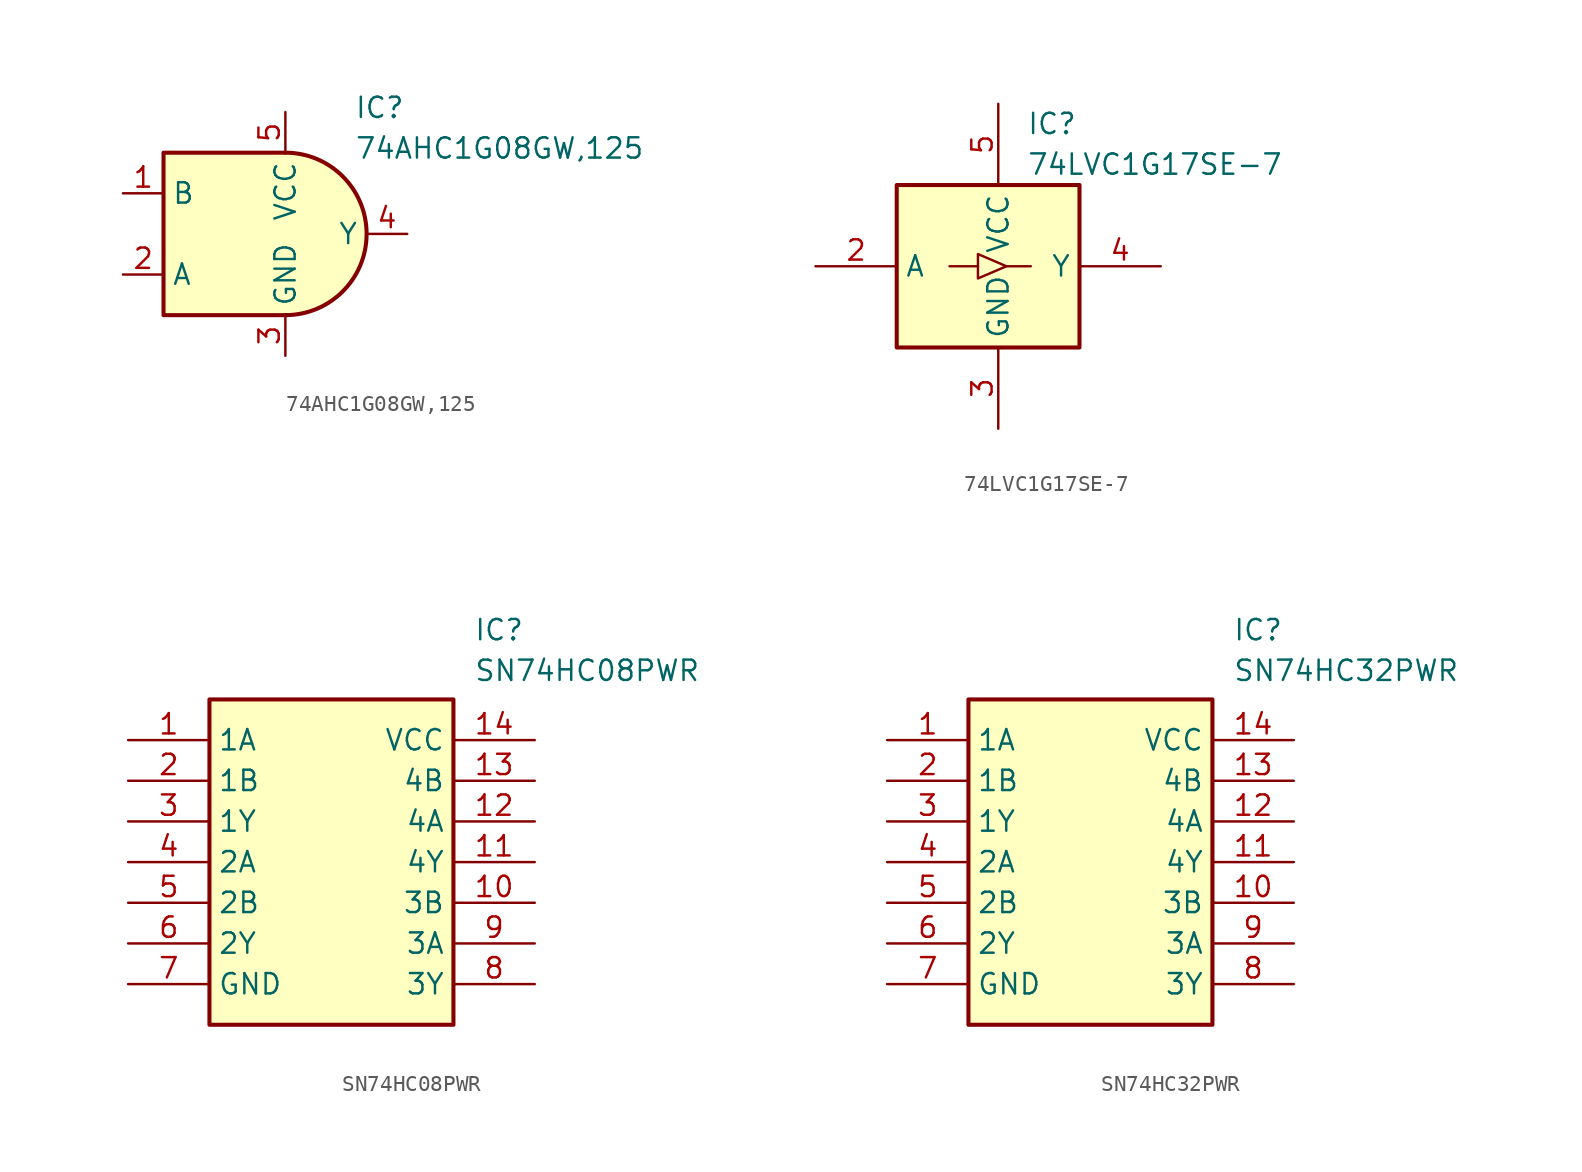
<source format=kicad_sym>
(kicad_symbol_lib
  (version 20241209)
  (generator "kicad_symbol_editor")
  (generator_version "9.0")
  (symbol "74AHC1G08GW,125"
    (property "Reference" "IC"
      (at 4.318 8.636 0)
      (effects (font (size 1.27 1.27)) (justify left top)))
    (property "Value" "74AHC1G08GW,125"
      (at 4.318 6.096 0)
      (effects (font (size 1.27 1.27)) (justify left top)))
    (symbol "74AHC1G08GW,125_0_1"
      (arc (start 0 5.08) (mid 5.0579 0) (end 0 -5.08) (stroke (width 0.254) (type default)) (fill (type background)))
      (polyline (pts (xy 0 -5.08) (xy -7.62 -5.08) (xy -7.62 5.08) (xy 0 5.08)) (stroke (width 0.254) (type default)) (fill (type background))))
    (symbol "74AHC1G08GW,125_1_1"
      (pin input line (at -10.16 2.54 0) (length 2.54) (name "B" (effects (font (size 1.27 1.27)))) (number "1" (effects (font (size 1.27 1.27)))))
      (pin input line (at -10.16 -2.54 0) (length 2.54) (name "A" (effects (font (size 1.27 1.27)))) (number "2" (effects (font (size 1.27 1.27)))))
      (pin power_in line (at 0 7.62 270) (length 2.54) (name "VCC" (effects (font (size 1.27 1.27)))) (number "5" (effects (font (size 1.27 1.27)))))
      (pin power_in line (at 0 -7.62 90) (length 2.54) (name "GND" (effects (font (size 1.27 1.27)))) (number "3" (effects (font (size 1.27 1.27)))))
      (pin output line (at 7.62 0 180) (length 2.54) (name "Y" (effects (font (size 1.27 1.27)))) (number "4" (effects (font (size 1.27 1.27)))))))
  (symbol "74LVC1G17SE-7"
    (property "Reference" "IC"
      (at 1.778 9.652 0)
      (effects (font (size 1.27 1.27)) (justify left top)))
    (property "Value" "74LVC1G17SE-7"
      (at 1.778 7.112 0)
      (effects (font (size 1.27 1.27)) (justify left top)))
    (symbol "74LVC1G17SE-7_0_1"
      (polyline (pts (xy -1.27 0) (xy -3.048 0)) (stroke (width 0) (type default)) (fill (type none)))
      (polyline (pts (xy 0.508 0) (xy 2.032 0)) (stroke (width 0) (type default)) (fill (type none))))
    (symbol "74LVC1G17SE-7_1_1"
      (rectangle (start -6.35 5.08) (end 5.08 -5.08) (stroke (width 0.254) (type default)) (fill (type background)))
      (polyline (pts (xy -1.27 -0.762) (xy -1.27 0.762) (xy 0.508 0) (xy -1.27 -0.762)) (stroke (width 0) (type default)) (fill (type none)))
      (pin no_connect line (at -11.43 3.81 0) (length 5.08) (hide yes) (name "NC" (effects (font (size 1.27 1.27)))) (number "1" (effects (font (size 1.27 1.27)))))
      (pin passive line (at -11.43 0 0) (length 5.08) (name "A" (effects (font (size 1.27 1.27)))) (number "2" (effects (font (size 1.27 1.27)))))
      (pin passive line (at 0 10.16 270) (length 5.08) (name "VCC" (effects (font (size 1.27 1.27)))) (number "5" (effects (font (size 1.27 1.27)))))
      (pin passive line (at 0 -10.16 90) (length 5.08) (name "GND" (effects (font (size 1.27 1.27)))) (number "3" (effects (font (size 1.27 1.27)))))
      (pin passive line (at 10.16 0 180) (length 5.08) (name "Y" (effects (font (size 1.27 1.27)))) (number "4" (effects (font (size 1.27 1.27)))))))
  (symbol "SN74HC08PWR"
    (property "Reference" "IC"
      (at 21.59 7.62 0)
      (effects (font (size 1.27 1.27)) (justify left top)))
    (property "Value" "SN74HC08PWR"
      (at 21.59 5.08 0)
      (effects (font (size 1.27 1.27)) (justify left top)))
    (symbol "SN74HC08PWR_1_1"
      (rectangle (start 5.08 2.54) (end 20.32 -17.78) (stroke (width 0.254) (type default)) (fill (type background)))
      (pin input line (at 0 0 0) (length 5.08) (name "1A" (effects (font (size 1.27 1.27)))) (number "1" (effects (font (size 1.27 1.27)))))
      (pin input line (at 0 -2.54 0) (length 5.08) (name "1B" (effects (font (size 1.27 1.27)))) (number "2" (effects (font (size 1.27 1.27)))))
      (pin output line (at 0 -5.08 0) (length 5.08) (name "1Y" (effects (font (size 1.27 1.27)))) (number "3" (effects (font (size 1.27 1.27)))))
      (pin input line (at 0 -7.62 0) (length 5.08) (name "2A" (effects (font (size 1.27 1.27)))) (number "4" (effects (font (size 1.27 1.27)))))
      (pin input line (at 0 -10.16 0) (length 5.08) (name "2B" (effects (font (size 1.27 1.27)))) (number "5" (effects (font (size 1.27 1.27)))))
      (pin output line (at 0 -12.7 0) (length 5.08) (name "2Y" (effects (font (size 1.27 1.27)))) (number "6" (effects (font (size 1.27 1.27)))))
      (pin power_in line (at 0 -15.24 0) (length 5.08) (name "GND" (effects (font (size 1.27 1.27)))) (number "7" (effects (font (size 1.27 1.27)))))
      (pin power_in line (at 25.4 0 180) (length 5.08) (name "VCC" (effects (font (size 1.27 1.27)))) (number "14" (effects (font (size 1.27 1.27)))))
      (pin input line (at 25.4 -2.54 180) (length 5.08) (name "4B" (effects (font (size 1.27 1.27)))) (number "13" (effects (font (size 1.27 1.27)))))
      (pin input line (at 25.4 -5.08 180) (length 5.08) (name "4A" (effects (font (size 1.27 1.27)))) (number "12" (effects (font (size 1.27 1.27)))))
      (pin output line (at 25.4 -7.62 180) (length 5.08) (name "4Y" (effects (font (size 1.27 1.27)))) (number "11" (effects (font (size 1.27 1.27)))))
      (pin input line (at 25.4 -10.16 180) (length 5.08) (name "3B" (effects (font (size 1.27 1.27)))) (number "10" (effects (font (size 1.27 1.27)))))
      (pin input line (at 25.4 -12.7 180) (length 5.08) (name "3A" (effects (font (size 1.27 1.27)))) (number "9" (effects (font (size 1.27 1.27)))))
      (pin output line (at 25.4 -15.24 180) (length 5.08) (name "3Y" (effects (font (size 1.27 1.27)))) (number "8" (effects (font (size 1.27 1.27)))))))
  (symbol "SN74HC32PWR"
    (property "Reference" "IC"
      (at 21.59 7.62 0)
      (effects (font (size 1.27 1.27)) (justify left top)))
    (property "Value" "SN74HC32PWR"
      (at 21.59 5.08 0)
      (effects (font (size 1.27 1.27)) (justify left top)))
    (symbol "SN74HC32PWR_1_1"
      (rectangle (start 5.08 2.54) (end 20.32 -17.78) (stroke (width 0.254) (type default)) (fill (type background)))
      (pin passive line (at 0 0 0) (length 5.08) (name "1A" (effects (font (size 1.27 1.27)))) (number "1" (effects (font (size 1.27 1.27)))))
      (pin passive line (at 0 -2.54 0) (length 5.08) (name "1B" (effects (font (size 1.27 1.27)))) (number "2" (effects (font (size 1.27 1.27)))))
      (pin passive line (at 0 -5.08 0) (length 5.08) (name "1Y" (effects (font (size 1.27 1.27)))) (number "3" (effects (font (size 1.27 1.27)))))
      (pin passive line (at 0 -7.62 0) (length 5.08) (name "2A" (effects (font (size 1.27 1.27)))) (number "4" (effects (font (size 1.27 1.27)))))
      (pin passive line (at 0 -10.16 0) (length 5.08) (name "2B" (effects (font (size 1.27 1.27)))) (number "5" (effects (font (size 1.27 1.27)))))
      (pin passive line (at 0 -12.7 0) (length 5.08) (name "2Y" (effects (font (size 1.27 1.27)))) (number "6" (effects (font (size 1.27 1.27)))))
      (pin passive line (at 0 -15.24 0) (length 5.08) (name "GND" (effects (font (size 1.27 1.27)))) (number "7" (effects (font (size 1.27 1.27)))))
      (pin passive line (at 25.4 0 180) (length 5.08) (name "VCC" (effects (font (size 1.27 1.27)))) (number "14" (effects (font (size 1.27 1.27)))))
      (pin passive line (at 25.4 -2.54 180) (length 5.08) (name "4B" (effects (font (size 1.27 1.27)))) (number "13" (effects (font (size 1.27 1.27)))))
      (pin passive line (at 25.4 -5.08 180) (length 5.08) (name "4A" (effects (font (size 1.27 1.27)))) (number "12" (effects (font (size 1.27 1.27)))))
      (pin passive line (at 25.4 -7.62 180) (length 5.08) (name "4Y" (effects (font (size 1.27 1.27)))) (number "11" (effects (font (size 1.27 1.27)))))
      (pin passive line (at 25.4 -10.16 180) (length 5.08) (name "3B" (effects (font (size 1.27 1.27)))) (number "10" (effects (font (size 1.27 1.27)))))
      (pin passive line (at 25.4 -12.7 180) (length 5.08) (name "3A" (effects (font (size 1.27 1.27)))) (number "9" (effects (font (size 1.27 1.27)))))
      (pin passive line (at 25.4 -15.24 180) (length 5.08) (name "3Y" (effects (font (size 1.27 1.27)))) (number "8" (effects (font (size 1.27 1.27))))))))
</source>
